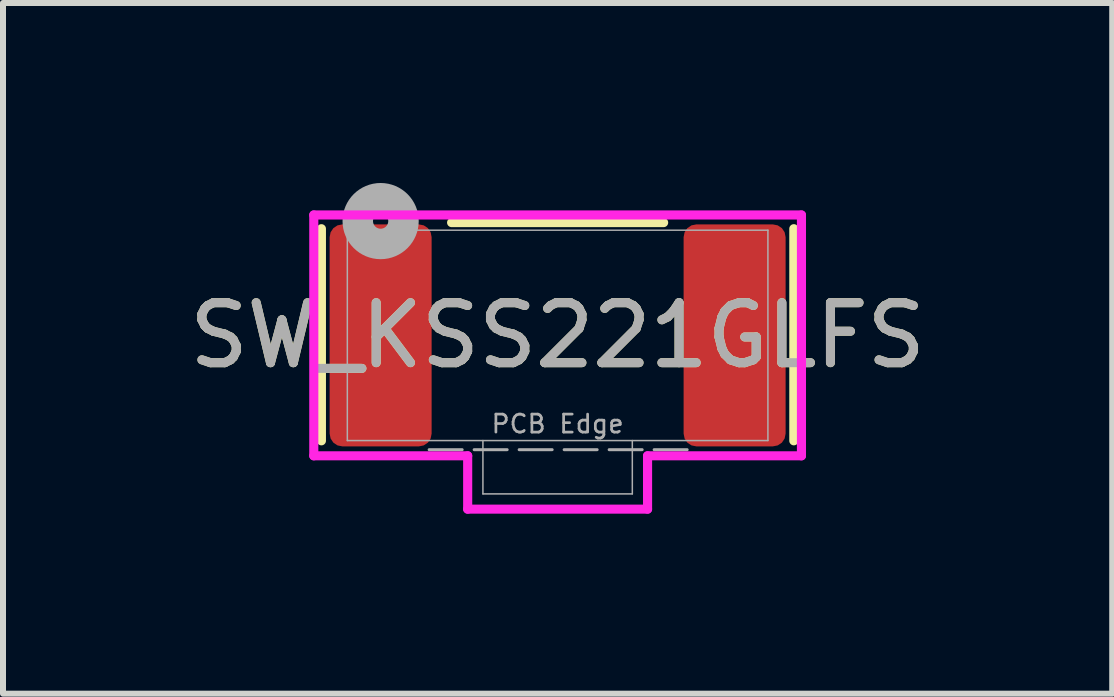
<source format=kicad_pcb>
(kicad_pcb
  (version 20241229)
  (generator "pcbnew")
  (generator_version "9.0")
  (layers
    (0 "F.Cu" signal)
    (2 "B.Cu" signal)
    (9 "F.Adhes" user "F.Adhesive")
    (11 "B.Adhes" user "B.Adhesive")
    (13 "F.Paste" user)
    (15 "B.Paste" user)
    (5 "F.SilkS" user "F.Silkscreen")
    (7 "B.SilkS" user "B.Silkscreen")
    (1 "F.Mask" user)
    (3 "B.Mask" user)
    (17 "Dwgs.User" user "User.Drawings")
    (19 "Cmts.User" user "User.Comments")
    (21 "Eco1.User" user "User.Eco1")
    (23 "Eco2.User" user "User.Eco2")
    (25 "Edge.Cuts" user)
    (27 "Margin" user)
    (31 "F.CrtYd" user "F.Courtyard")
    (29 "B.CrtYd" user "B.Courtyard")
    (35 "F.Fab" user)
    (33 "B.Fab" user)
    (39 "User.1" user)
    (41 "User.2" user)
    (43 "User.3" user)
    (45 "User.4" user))
  (footprint "SW_KSS221GLFS"
    (layer "F.Cu")
    (at 6.244 2.54)
    (property "Reference" "SW_KSS221GLFS" (at 0 0 0) (unlocked yes) (layer "F.SilkS") (effects (font (size 1 1) (thickness 0.15))))
    (attr smd)
    (fp_line (start -3.937 -1.778) (end -3.937 1.757) (stroke (width 0.152) (type solid)) (layer "F.SilkS"))
    (fp_line (start -1.767 -1.88) (end 1.767 -1.88) (stroke (width 0.152) (type solid)) (layer "F.SilkS"))
    (fp_line (start 3.937 -1.778) (end 3.937 1.757) (stroke (width 0.152) (type solid)) (layer "F.SilkS"))
    (fp_line (start -4.064 -2.007) (end -4.064 2.007) (stroke (width 0.152) (type solid)) (layer "F.CrtYd"))
    (fp_line (start -4.064 2.007) (end -1.499 2.007) (stroke (width 0.152) (type solid)) (layer "F.CrtYd"))
    (fp_line (start -1.499 2.007) (end -1.499 2.896) (stroke (width 0.152) (type solid)) (layer "F.CrtYd"))
    (fp_line (start -1.499 2.896) (end 1.499 2.896) (stroke (width 0.152) (type solid)) (layer "F.CrtYd"))
    (fp_line (start 1.499 2.007) (end 4.064 2.007) (stroke (width 0.152) (type solid)) (layer "F.CrtYd"))
    (fp_line (start 1.499 2.896) (end 1.499 2.007) (stroke (width 0.152) (type solid)) (layer "F.CrtYd"))
    (fp_line (start 4.064 -2.007) (end -4.064 -2.007) (stroke (width 0.152) (type solid)) (layer "F.CrtYd"))
    (fp_line (start 4.064 2.007) (end 4.064 -2.007) (stroke (width 0.152) (type solid)) (layer "F.CrtYd"))
    (fp_line (start -3.505 -1.753) (end -3.505 1.753) (stroke (width 0.025) (type solid)) (layer "F.Fab"))
    (fp_line (start -3.505 1.753) (end 3.505 1.753) (stroke (width 0.025) (type solid)) (layer "F.Fab"))
    (fp_line (start -1.245 1.753) (end -1.245 2.642) (stroke (width 0.025) (type solid)) (layer "F.Fab"))
    (fp_line (start -1.245 2.642) (end 1.245 2.642) (stroke (width 0.025) (type solid)) (layer "F.Fab"))
    (fp_line (start 1.245 2.642) (end 1.245 1.753) (stroke (width 0.025) (type solid)) (layer "F.Fab"))
    (fp_line (start 2.159 1.905) (end -2.159 1.905) (stroke (width 0.05) (type dash)) (layer "F.Fab"))
    (fp_line (start 3.505 -1.753) (end -3.505 -1.753) (stroke (width 0.025) (type solid)) (layer "F.Fab"))
    (fp_line (start 3.505 1.753) (end 3.505 -1.753) (stroke (width 0.025) (type solid)) (layer "F.Fab"))
    (fp_circle (center -2.95 -1.905) (end -2.569 -1.905) (stroke (width 0.508) (type solid)) (fill no) (layer "F.Fab"))
    (fp_text user "${REFERENCE}" (at 0 0 0) (unlocked yes) (layer "F.Fab") (effects (font (size 1 1) (thickness 0.15))))
    (fp_text user "PCB Edge" (at 0 1.651 0) (unlocked yes) (layer "F.Fab") (effects (font (size 0.3 0.3) (thickness 0.045)) (justify bottom)))
    (pad "1" smd roundrect (at -2.95 0) (size 1.7 3.7) (layers "F.Cu" "F.Mask" "F.Paste") (roundrect_rratio 0.125))
    (pad "2" smd roundrect (at 2.95 0) (size 1.7 3.7) (layers "F.Cu" "F.Mask" "F.Paste") (roundrect_rratio 0.125)))
  (gr_rect
    (start -3 -3)
    (end 15.488 8.512)
    (stroke (width 0.1) (type default))
    (fill no)
    (layer "Edge.Cuts")))
</source>
